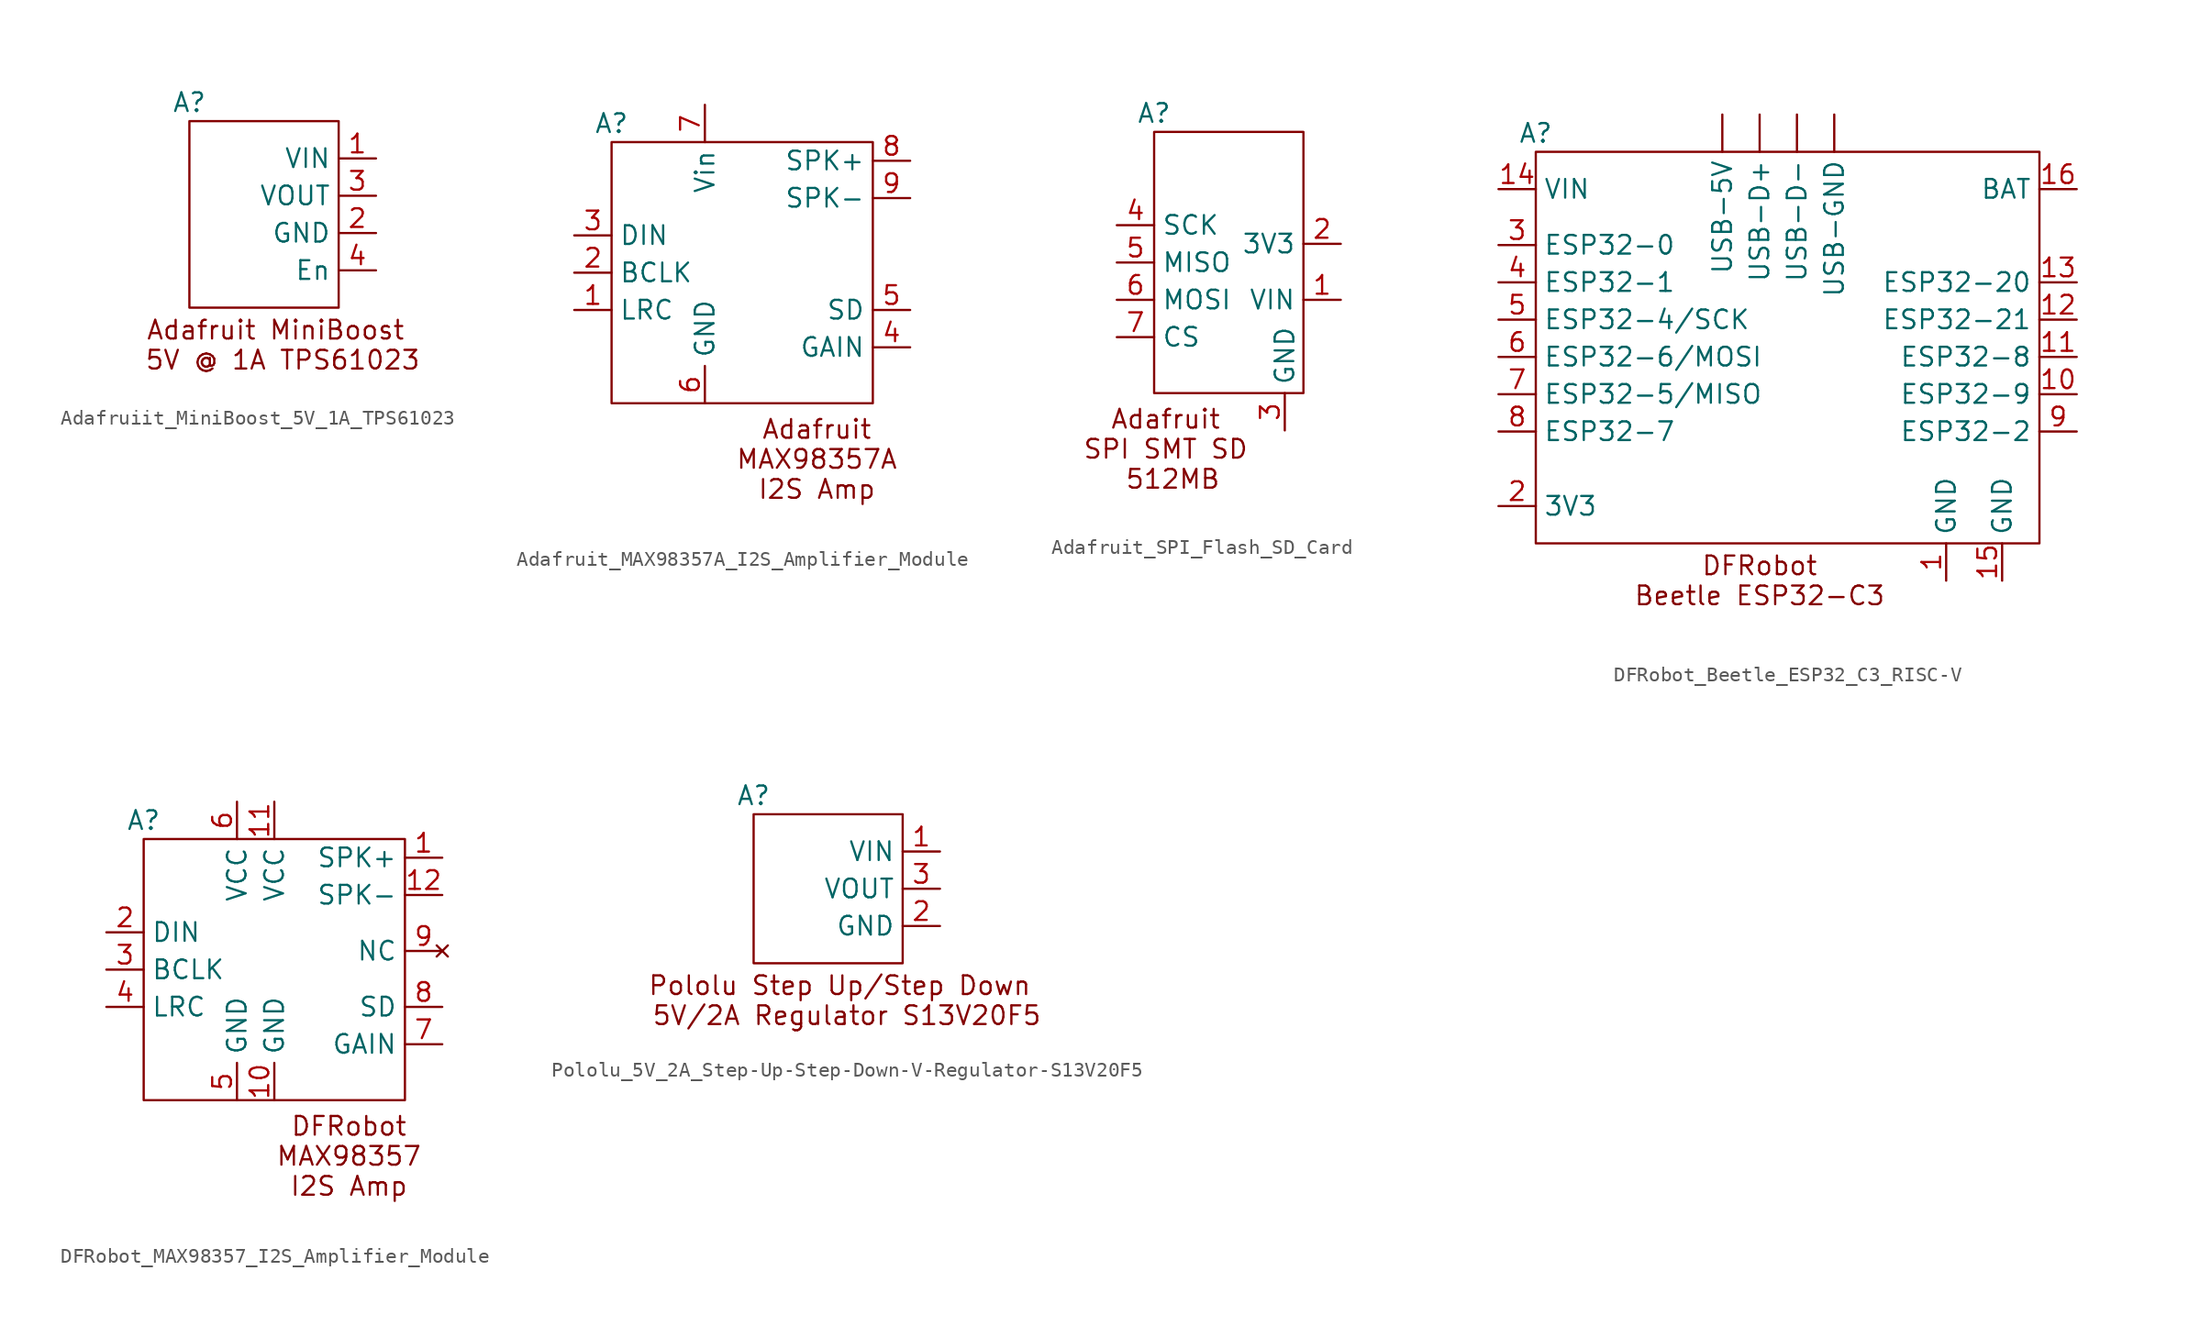
<source format=kicad_sym>
(kicad_symbol_lib
  (version 20220914)
  (generator kicad_symbol_editor)
  (symbol "Adafruiit_MiniBoost_5V_1A_TPS61023"
    (property "Reference" "A"
      (at -5.08 7.62 0)
      (effects (font (size 1.27 1.27))))
    (property "Value" ""
      (at -11.43 2.54 0)
      (effects (font (size 1.27 1.27))))
    (symbol "Adafruiit_MiniBoost_5V_1A_TPS61023_0_1"
      (rectangle (start -5.08 6.35) (end 5.08 -6.35) (stroke (width 0) (type default)) (fill (type none))))
    (symbol "Adafruiit_MiniBoost_5V_1A_TPS61023_1_1"
      (text "Adafruit MiniBoost \n5V @ 1A TPS61023" (at 1.27 -8.89 0) (effects (font (size 1.27 1.27))))
      (pin power_in line (at 7.62 3.81 180) (length 2.54) (name "VIN" (effects (font (size 1.27 1.27)))) (number "1" (effects (font (size 1.27 1.27)))))
      (pin power_out line (at 7.62 -1.27 180) (length 2.54) (name "GND" (effects (font (size 1.27 1.27)))) (number "2" (effects (font (size 1.27 1.27)))))
      (pin power_out line (at 7.62 1.27 180) (length 2.54) (name "VOUT" (effects (font (size 1.27 1.27)))) (number "3" (effects (font (size 1.27 1.27)))))
      (pin output line (at 7.62 -3.81 180) (length 2.54) (name "En" (effects (font (size 1.27 1.27)))) (number "4" (effects (font (size 1.27 1.27)))))))
  (symbol "Adafruit_MAX98357A_I2S_Amplifier_Module"
    (property "Reference" "A"
      (at -8.89 8.89 0)
      (effects (font (size 1.27 1.27))))
    (property "Value" ""
      (at 5.08 -1.27 0)
      (effects (font (size 1.27 1.27))))
    (symbol "Adafruit_MAX98357A_I2S_Amplifier_Module_0_1"
      (rectangle (start -8.89 7.62) (end 8.89 -10.16) (stroke (width 0) (type default)) (fill (type none))))
    (symbol "Adafruit_MAX98357A_I2S_Amplifier_Module_1_1"
      (text "Adafruit\nMAX98357A\nI2S Amp" (at 5.08 -13.97 0) (effects (font (size 1.27 1.27))))
      (pin input line (at -11.43 -3.81 0) (length 2.54) (name "LRC" (effects (font (size 1.27 1.27)))) (number "1" (effects (font (size 1.27 1.27)))))
      (pin input line (at -11.43 -1.27 0) (length 2.54) (name "BCLK" (effects (font (size 1.27 1.27)))) (number "2" (effects (font (size 1.27 1.27)))))
      (pin input line (at -11.43 1.27 0) (length 2.54) (name "DIN" (effects (font (size 1.27 1.27)))) (number "3" (effects (font (size 1.27 1.27)))))
      (pin output line (at 11.43 -6.35 180) (length 2.54) (name "GAIN" (effects (font (size 1.27 1.27)))) (number "4" (effects (font (size 1.27 1.27)))))
      (pin output line (at 11.43 -3.81 180) (length 2.54) (name "SD" (effects (font (size 1.27 1.27)))) (number "5" (effects (font (size 1.27 1.27)))))
      (pin power_out line (at -2.54 -10.16 90) (length 2.54) (name "GND" (effects (font (size 1.27 1.27)))) (number "6" (effects (font (size 1.27 1.27)))))
      (pin power_in line (at -2.54 10.16 270) (length 2.54) (name "Vin" (effects (font (size 1.27 1.27)))) (number "7" (effects (font (size 1.27 1.27)))))
      (pin output line (at 11.43 6.35 180) (length 2.54) (name "SPK+" (effects (font (size 1.27 1.27)))) (number "8" (effects (font (size 1.27 1.27)))))
      (pin input line (at 11.43 3.81 180) (length 2.54) (name "SPK-" (effects (font (size 1.27 1.27)))) (number "9" (effects (font (size 1.27 1.27)))))))
  (symbol "Adafruit_SPI_Flash_SD_Card"
    (property "Reference" "A"
      (at -5.08 10.16 0)
      (effects (font (size 1.27 1.27))))
    (property "Value" ""
      (at -11.43 5.08 0)
      (effects (font (size 1.27 1.27))))
    (symbol "Adafruit_SPI_Flash_SD_Card_0_1"
      (rectangle (start -5.08 8.89) (end 5.08 -8.89) (stroke (width 0) (type default)) (fill (type none))))
    (symbol "Adafruit_SPI_Flash_SD_Card_1_1"
      (text "Adafruit \nSPI SMT SD \n512MB" (at -3.81 -12.7 0) (effects (font (size 1.27 1.27))))
      (pin power_in line (at 7.62 -2.54 180) (length 2.54) (name "VIN" (effects (font (size 1.27 1.27)))) (number "1" (effects (font (size 1.27 1.27)))))
      (pin power_out line (at 7.62 1.27 180) (length 2.54) (name "3V3" (effects (font (size 1.27 1.27)))) (number "2" (effects (font (size 1.27 1.27)))))
      (pin power_out line (at 3.81 -11.43 90) (length 2.54) (name "GND" (effects (font (size 1.27 1.27)))) (number "3" (effects (font (size 1.27 1.27)))))
      (pin input line (at -7.62 2.54 0) (length 2.54) (name "SCK" (effects (font (size 1.27 1.27)))) (number "4" (effects (font (size 1.27 1.27)))))
      (pin input line (at -7.62 0 0) (length 2.54) (name "MISO" (effects (font (size 1.27 1.27)))) (number "5" (effects (font (size 1.27 1.27)))))
      (pin input line (at -7.62 -2.54 0) (length 2.54) (name "MOSI" (effects (font (size 1.27 1.27)))) (number "6" (effects (font (size 1.27 1.27)))))
      (pin input line (at -7.62 -5.08 0) (length 2.54) (name "CS" (effects (font (size 1.27 1.27)))) (number "7" (effects (font (size 1.27 1.27)))))))
  (symbol "DFRobot_Beetle_ESP32_C3_RISC-V"
    (property "Reference" "A"
      (at -8.89 8.89 0)
      (effects (font (size 1.27 1.27))))
    (property "Value" ""
      (at 21.59 -2.54 0)
      (effects (font (size 1.27 1.27))))
    (symbol "DFRobot_Beetle_ESP32_C3_RISC-V_0_1"
      (rectangle (start -8.89 7.62) (end 25.4 -19.05) (stroke (width 0) (type default)) (fill (type none))))
    (symbol "DFRobot_Beetle_ESP32_C3_RISC-V_1_1"
      (text "DFRobot\nBeetle ESP32-C3" (at 6.35 -21.59 0) (effects (font (size 1.27 1.27))))
      (pin power_in line (at 3.81 10.16 270) (length 2.54) (name "USB-5V" (effects (font (size 1.27 1.27)))) (number "" (effects (font (size 1.27 1.27)))))
      (pin bidirectional line (at 6.35 10.16 270) (length 2.54) (name "USB-D+" (effects (font (size 1.27 1.27)))) (number "" (effects (font (size 1.27 1.27)))))
      (pin bidirectional line (at 8.89 10.16 270) (length 2.54) (name "USB-D-" (effects (font (size 1.27 1.27)))) (number "" (effects (font (size 1.27 1.27)))))
      (pin power_out line (at 11.43 10.16 270) (length 2.54) (name "USB-GND" (effects (font (size 1.27 1.27)))) (number "" (effects (font (size 1.27 1.27)))))
      (pin power_out line (at 19.05 -21.59 90) (length 2.54) (name "GND" (effects (font (size 1.27 1.27)))) (number "1" (effects (font (size 1.27 1.27)))))
      (pin bidirectional line (at 27.94 -8.89 180) (length 2.54) (name "ESP32-9" (effects (font (size 1.27 1.27)))) (number "10" (effects (font (size 1.27 1.27)))))
      (pin bidirectional line (at 27.94 -6.35 180) (length 2.54) (name "ESP32-8" (effects (font (size 1.27 1.27)))) (number "11" (effects (font (size 1.27 1.27)))))
      (pin bidirectional line (at 27.94 -3.81 180) (length 2.54) (name "ESP32-21" (effects (font (size 1.27 1.27)))) (number "12" (effects (font (size 1.27 1.27)))))
      (pin bidirectional line (at 27.94 -1.27 180) (length 2.54) (name "ESP32-20" (effects (font (size 1.27 1.27)))) (number "13" (effects (font (size 1.27 1.27)))))
      (pin power_in line (at -11.43 5.08 0) (length 2.54) (name "VIN" (effects (font (size 1.27 1.27)))) (number "14" (effects (font (size 1.27 1.27)))))
      (pin power_out line (at 22.86 -21.59 90) (length 2.54) (name "GND" (effects (font (size 1.27 1.27)))) (number "15" (effects (font (size 1.27 1.27)))))
      (pin power_in line (at 27.94 5.08 180) (length 2.54) (name "BAT" (effects (font (size 1.27 1.27)))) (number "16" (effects (font (size 1.27 1.27)))))
      (pin output line (at -11.43 -16.51 0) (length 2.54) (name "3V3" (effects (font (size 1.27 1.27)))) (number "2" (effects (font (size 1.27 1.27)))))
      (pin bidirectional line (at -11.43 1.27 0) (length 2.54) (name "ESP32-0" (effects (font (size 1.27 1.27)))) (number "3" (effects (font (size 1.27 1.27)))))
      (pin bidirectional line (at -11.43 -1.27 0) (length 2.54) (name "ESP32-1" (effects (font (size 1.27 1.27)))) (number "4" (effects (font (size 1.27 1.27)))))
      (pin bidirectional line (at -11.43 -3.81 0) (length 2.54) (name "ESP32-4/SCK" (effects (font (size 1.27 1.27)))) (number "5" (effects (font (size 1.27 1.27)))))
      (pin bidirectional line (at -11.43 -6.35 0) (length 2.54) (name "ESP32-6/MOSI" (effects (font (size 1.27 1.27)))) (number "6" (effects (font (size 1.27 1.27)))))
      (pin bidirectional line (at -11.43 -8.89 0) (length 2.54) (name "ESP32-5/MISO" (effects (font (size 1.27 1.27)))) (number "7" (effects (font (size 1.27 1.27)))))
      (pin bidirectional line (at -11.43 -11.43 0) (length 2.54) (name "ESP32-7" (effects (font (size 1.27 1.27)))) (number "8" (effects (font (size 1.27 1.27)))))
      (pin bidirectional line (at 27.94 -11.43 180) (length 2.54) (name "ESP32-2" (effects (font (size 1.27 1.27)))) (number "9" (effects (font (size 1.27 1.27)))))))
  (symbol "DFRobot_MAX98357_I2S_Amplifier_Module"
    (property "Reference" "A"
      (at -8.89 8.89 0)
      (effects (font (size 1.27 1.27))))
    (property "Value" ""
      (at 5.08 -1.27 0)
      (effects (font (size 1.27 1.27))))
    (symbol "DFRobot_MAX98357_I2S_Amplifier_Module_0_1"
      (rectangle (start -8.89 7.62) (end 8.89 -10.16) (stroke (width 0) (type default)) (fill (type none))))
    (symbol "DFRobot_MAX98357_I2S_Amplifier_Module_1_1"
      (text "DFRobot\nMAX98357\nI2S Amp" (at 5.08 -13.97 0) (effects (font (size 1.27 1.27))))
      (pin output line (at 11.43 6.35 180) (length 2.54) (name "SPK+" (effects (font (size 1.27 1.27)))) (number "1" (effects (font (size 1.27 1.27)))))
      (pin power_out line (at 0 -10.16 90) (length 2.54) (name "GND" (effects (font (size 1.27 1.27)))) (number "10" (effects (font (size 1.27 1.27)))))
      (pin power_in line (at 0 10.16 270) (length 2.54) (name "VCC" (effects (font (size 1.27 1.27)))) (number "11" (effects (font (size 1.27 1.27)))))
      (pin input line (at 11.43 3.81 180) (length 2.54) (name "SPK-" (effects (font (size 1.27 1.27)))) (number "12" (effects (font (size 1.27 1.27)))))
      (pin input line (at -11.43 1.27 0) (length 2.54) (name "DIN" (effects (font (size 1.27 1.27)))) (number "2" (effects (font (size 1.27 1.27)))))
      (pin input line (at -11.43 -1.27 0) (length 2.54) (name "BCLK" (effects (font (size 1.27 1.27)))) (number "3" (effects (font (size 1.27 1.27)))))
      (pin input line (at -11.43 -3.81 0) (length 2.54) (name "LRC" (effects (font (size 1.27 1.27)))) (number "4" (effects (font (size 1.27 1.27)))))
      (pin power_out line (at -2.54 -10.16 90) (length 2.54) (name "GND" (effects (font (size 1.27 1.27)))) (number "5" (effects (font (size 1.27 1.27)))))
      (pin power_in line (at -2.54 10.16 270) (length 2.54) (name "VCC" (effects (font (size 1.27 1.27)))) (number "6" (effects (font (size 1.27 1.27)))))
      (pin output line (at 11.43 -6.35 180) (length 2.54) (name "GAIN" (effects (font (size 1.27 1.27)))) (number "7" (effects (font (size 1.27 1.27)))))
      (pin output line (at 11.43 -3.81 180) (length 2.54) (name "SD" (effects (font (size 1.27 1.27)))) (number "8" (effects (font (size 1.27 1.27)))))
      (pin no_connect line (at 11.43 0 180) (length 2.54) (name "NC" (effects (font (size 1.27 1.27)))) (number "9" (effects (font (size 1.27 1.27)))))))
  (symbol "Pololu_5V_2A_Step-Up-Step-Down-V-Regulator-S13V20F5"
    (property "Reference" "A"
      (at -5.08 6.35 0)
      (effects (font (size 1.27 1.27))))
    (property "Value" ""
      (at -11.43 0 0)
      (effects (font (size 1.27 1.27))))
    (symbol "Pololu_5V_2A_Step-Up-Step-Down-V-Regulator-S13V20F5_0_1"
      (rectangle (start -5.08 5.08) (end 5.08 -5.08) (stroke (width 0) (type default)) (fill (type none))))
    (symbol "Pololu_5V_2A_Step-Up-Step-Down-V-Regulator-S13V20F5_1_1"
      (text "Pololu Step Up/Step Down \n5V/2A Regulator S13V20F5" (at 1.27 -7.62 0) (effects (font (size 1.27 1.27))))
      (pin power_in line (at 7.62 2.54 180) (length 2.54) (name "VIN" (effects (font (size 1.27 1.27)))) (number "1" (effects (font (size 1.27 1.27)))))
      (pin power_out line (at 7.62 -2.54 180) (length 2.54) (name "GND" (effects (font (size 1.27 1.27)))) (number "2" (effects (font (size 1.27 1.27)))))
      (pin power_out line (at 7.62 0 180) (length 2.54) (name "VOUT" (effects (font (size 1.27 1.27)))) (number "3" (effects (font (size 1.27 1.27))))))))
</source>
